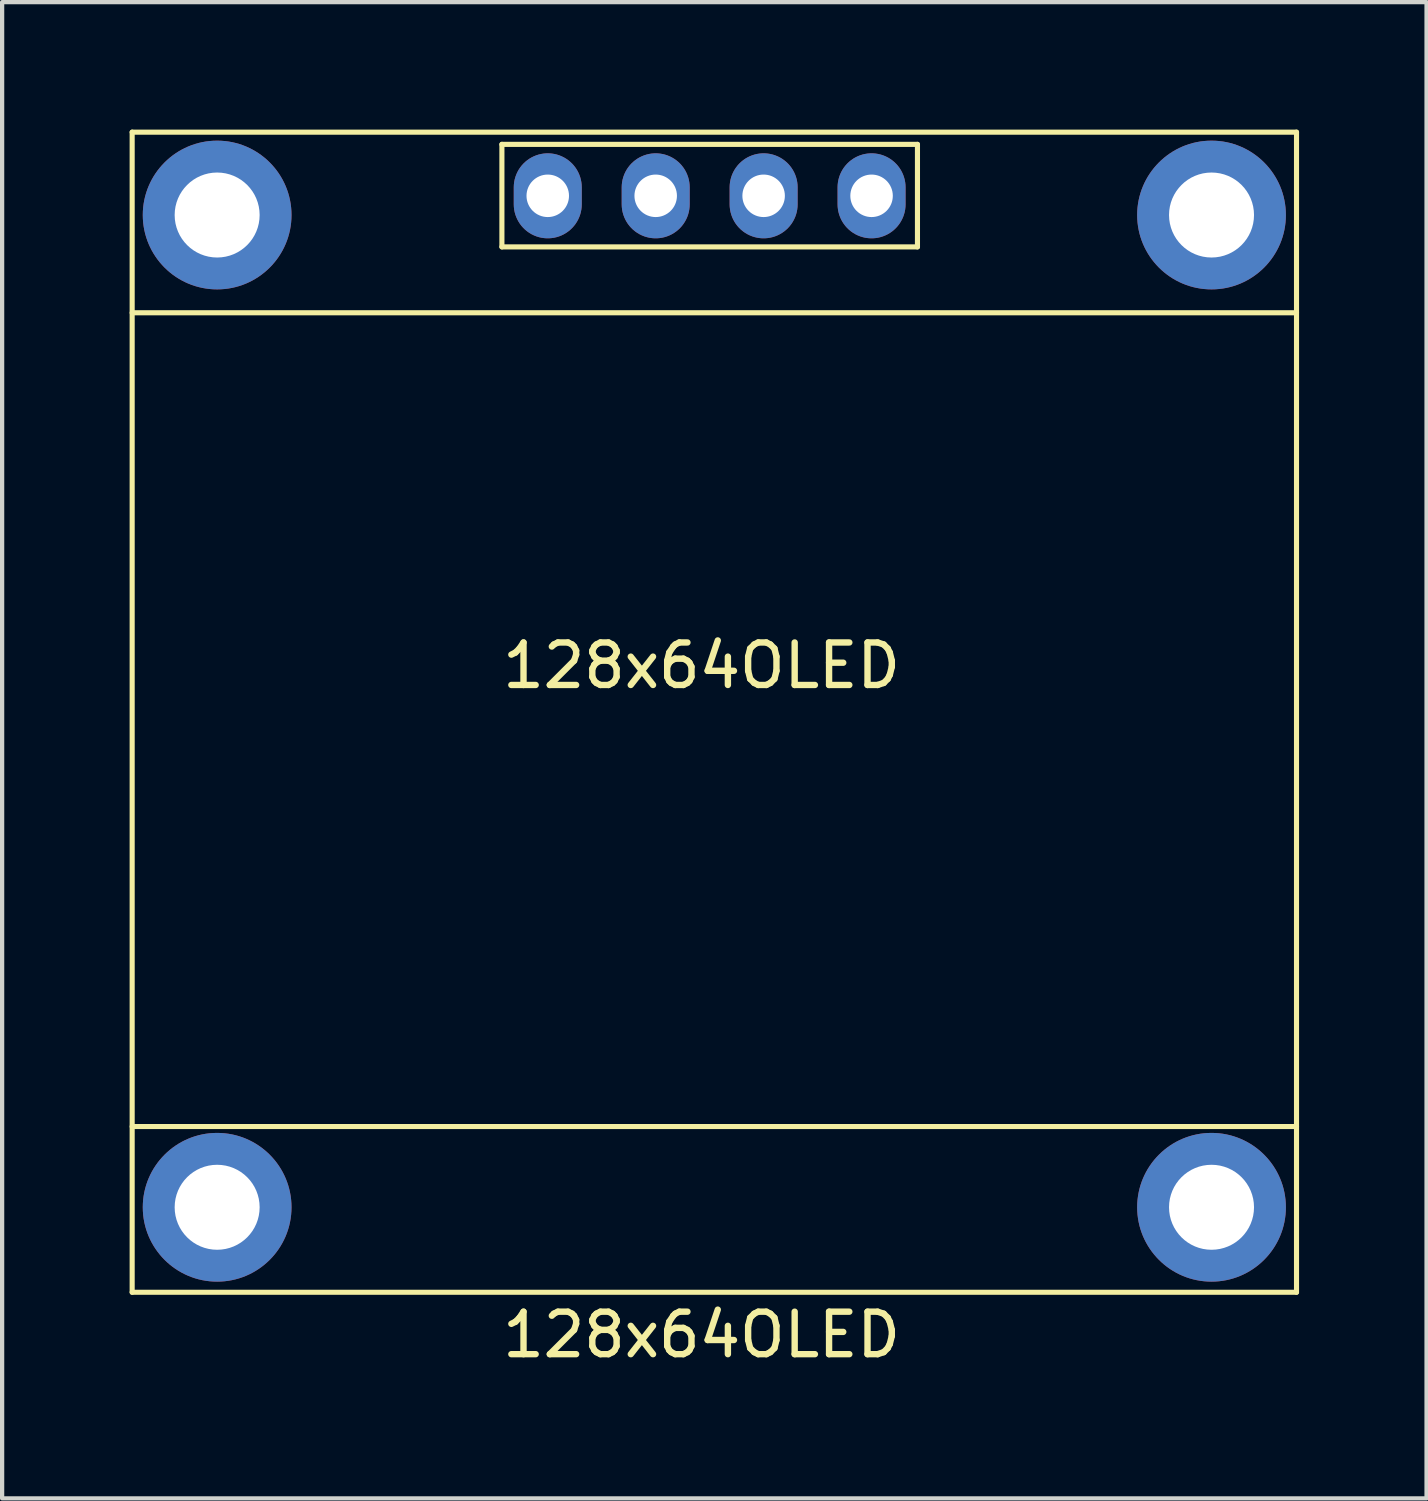
<source format=kicad_pcb>
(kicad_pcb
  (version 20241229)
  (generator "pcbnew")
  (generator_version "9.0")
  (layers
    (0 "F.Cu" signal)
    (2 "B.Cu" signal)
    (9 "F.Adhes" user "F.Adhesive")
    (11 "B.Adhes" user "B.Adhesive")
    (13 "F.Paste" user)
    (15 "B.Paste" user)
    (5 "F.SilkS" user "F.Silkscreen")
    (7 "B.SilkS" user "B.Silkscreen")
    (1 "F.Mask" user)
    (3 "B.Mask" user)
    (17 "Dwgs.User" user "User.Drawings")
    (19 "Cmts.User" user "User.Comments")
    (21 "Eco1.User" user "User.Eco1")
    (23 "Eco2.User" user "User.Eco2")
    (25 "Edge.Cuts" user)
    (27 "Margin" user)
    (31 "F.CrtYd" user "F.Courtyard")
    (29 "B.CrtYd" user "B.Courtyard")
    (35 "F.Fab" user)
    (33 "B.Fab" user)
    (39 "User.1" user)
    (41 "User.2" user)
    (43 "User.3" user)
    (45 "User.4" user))
  (footprint "128x64OLED"
    (layer "F.Cu")
    (at 13.46 12.36)
    (property "Reference" "128x64OLED" (at 0 0.254 0) (layer "F.SilkS") (effects (font (size 1 1) (thickness 0.15))))
    (attr through_hole)
    (fp_line (start -13.4 -12.3) (end 14 -12.3) (stroke (width 0.12) (type solid)) (layer "F.SilkS"))
    (fp_line (start -13.4 -8.05) (end 14 -8.05) (stroke (width 0.12) (type solid)) (layer "F.SilkS"))
    (fp_line (start -13.4 11.1) (end 14 11.1) (stroke (width 0.12) (type solid)) (layer "F.SilkS"))
    (fp_line (start -13.4 15) (end -13.4 -12.3) (stroke (width 0.12) (type solid)) (layer "F.SilkS"))
    (fp_line (start -4.699 -12.013) (end -4.699 -9.6) (stroke (width 0.12) (type solid)) (layer "F.SilkS"))
    (fp_line (start -4.699 -12.013) (end 5.08 -12.013) (stroke (width 0.12) (type solid)) (layer "F.SilkS"))
    (fp_line (start 5.08 -12.013) (end 5.08 -9.6) (stroke (width 0.12) (type solid)) (layer "F.SilkS"))
    (fp_line (start 5.08 -9.6) (end -4.699 -9.6) (stroke (width 0.12) (type solid)) (layer "F.SilkS"))
    (fp_line (start 14 -12.3) (end 14 15) (stroke (width 0.12) (type solid)) (layer "F.SilkS"))
    (fp_line (start 14 15) (end -13.4 15) (stroke (width 0.12) (type solid)) (layer "F.SilkS"))
    (fp_text user "${REFERENCE}" (at 0 16.002 0) (layer "F.SilkS") (effects (font (size 1 1) (thickness 0.15))))
    (pad "1" thru_hole oval (at -3.62 -10.802 90) (size 2 1.6) (drill 1) (layers "*.Cu" "*.Mask"))
    (pad "2" thru_hole oval (at -1.08 -10.802 90) (size 2 1.6) (drill 1) (layers "*.Cu" "*.Mask"))
    (pad "3" thru_hole oval (at 1.46 -10.802 90) (size 2 1.6) (drill 1) (layers "*.Cu" "*.Mask"))
    (pad "4" thru_hole oval (at 4 -10.802 90) (size 2 1.6) (drill 1) (layers "*.Cu" "*.Mask"))
    (pad "5" thru_hole circle (at -11.4 -10.35) (size 3.5 3.5) (drill 2) (layers "*.Cu" "*.Mask"))
    (pad "6" thru_hole circle (at 12 -10.35) (size 3.5 3.5) (drill 2) (layers "*.Cu" "*.Mask"))
    (pad "7" thru_hole circle (at -11.4 13) (size 3.5 3.5) (drill 2) (layers "*.Cu" "*.Mask"))
    (pad "8" thru_hole circle (at 12 13) (size 3.5 3.5) (drill 2) (layers "*.Cu" "*.Mask")))
  (gr_rect
    (start -3 -3)
    (end 30.52 32.21)
    (stroke (width 0.1) (type default))
    (fill no)
    (layer "Edge.Cuts")))
</source>
